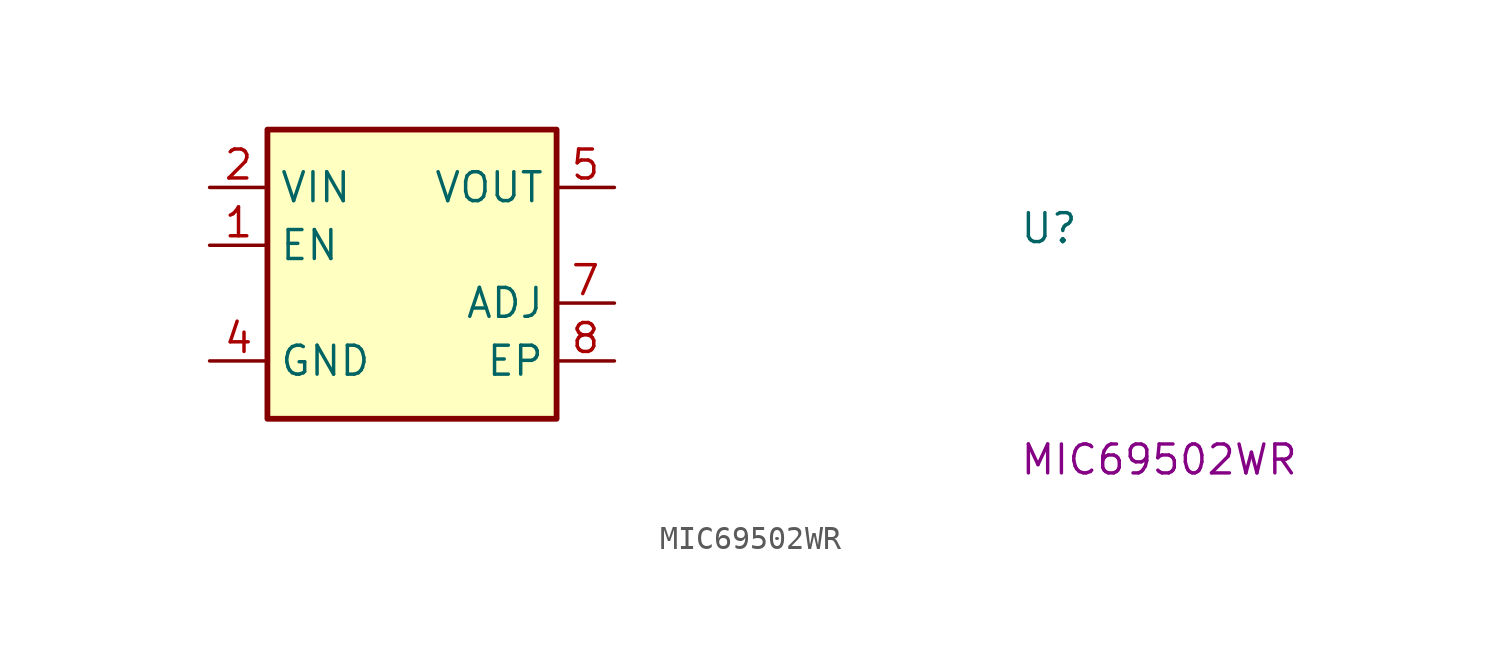
<source format=kicad_sym>
(kicad_symbol_lib
  (version 20220914)
  (generator kicad_symbol_editor)
  (symbol "MIC69502WR"
    (property "Reference" "U"
      (at 35.56 -2.54 0)
      (effects (font (size 1.27 1.27) (thickness 0.15)) (justify left bottom)))
    (property "MPN" "MIC69502WR"
      (at 35.56 -12.7 0)
      (effects (font (size 1.27 1.27) (thickness 0.15)) (justify left bottom)))
    (symbol "MIC69502WR_1_1"
      (rectangle (start 2.54 2.54) (end 15.24 -10.16) (stroke (width 0.254) (type default)) (fill (type background)))
      (pin input line (at 0 -2.54 0) (length 2.54) (name "EN" (effects (font (size 1.27 1.27)))) (number "1" (effects (font (size 1.27 1.27)))))
      (pin power_in line (at 0 0 0) (length 2.54) (name "VIN" (effects (font (size 1.27 1.27)))) (number "2" (effects (font (size 1.27 1.27)))))
      (pin passive line (at 0 0 0) (length 2.54) hide (name "VIN" (effects (font (size 1.27 1.27)))) (number "3" (effects (font (size 1.27 1.27)))))
      (pin power_in line (at 0 -7.62 0) (length 2.54) (name "GND" (effects (font (size 1.27 1.27)))) (number "4" (effects (font (size 1.27 1.27)))))
      (pin power_out line (at 17.78 0 180) (length 2.54) (name "VOUT" (effects (font (size 1.27 1.27)))) (number "5" (effects (font (size 1.27 1.27)))))
      (pin passive line (at 17.78 0 180) (length 2.54) hide (name "VOUT" (effects (font (size 1.27 1.27)))) (number "6" (effects (font (size 1.27 1.27)))))
      (pin input line (at 17.78 -5.08 180) (length 2.54) (name "ADJ" (effects (font (size 1.27 1.27)))) (number "7" (effects (font (size 1.27 1.27)))))
      (pin power_in line (at 17.78 -7.62 180) (length 2.54) (name "EP" (effects (font (size 1.27 1.27)))) (number "8" (effects (font (size 1.27 1.27))))))))
</source>
